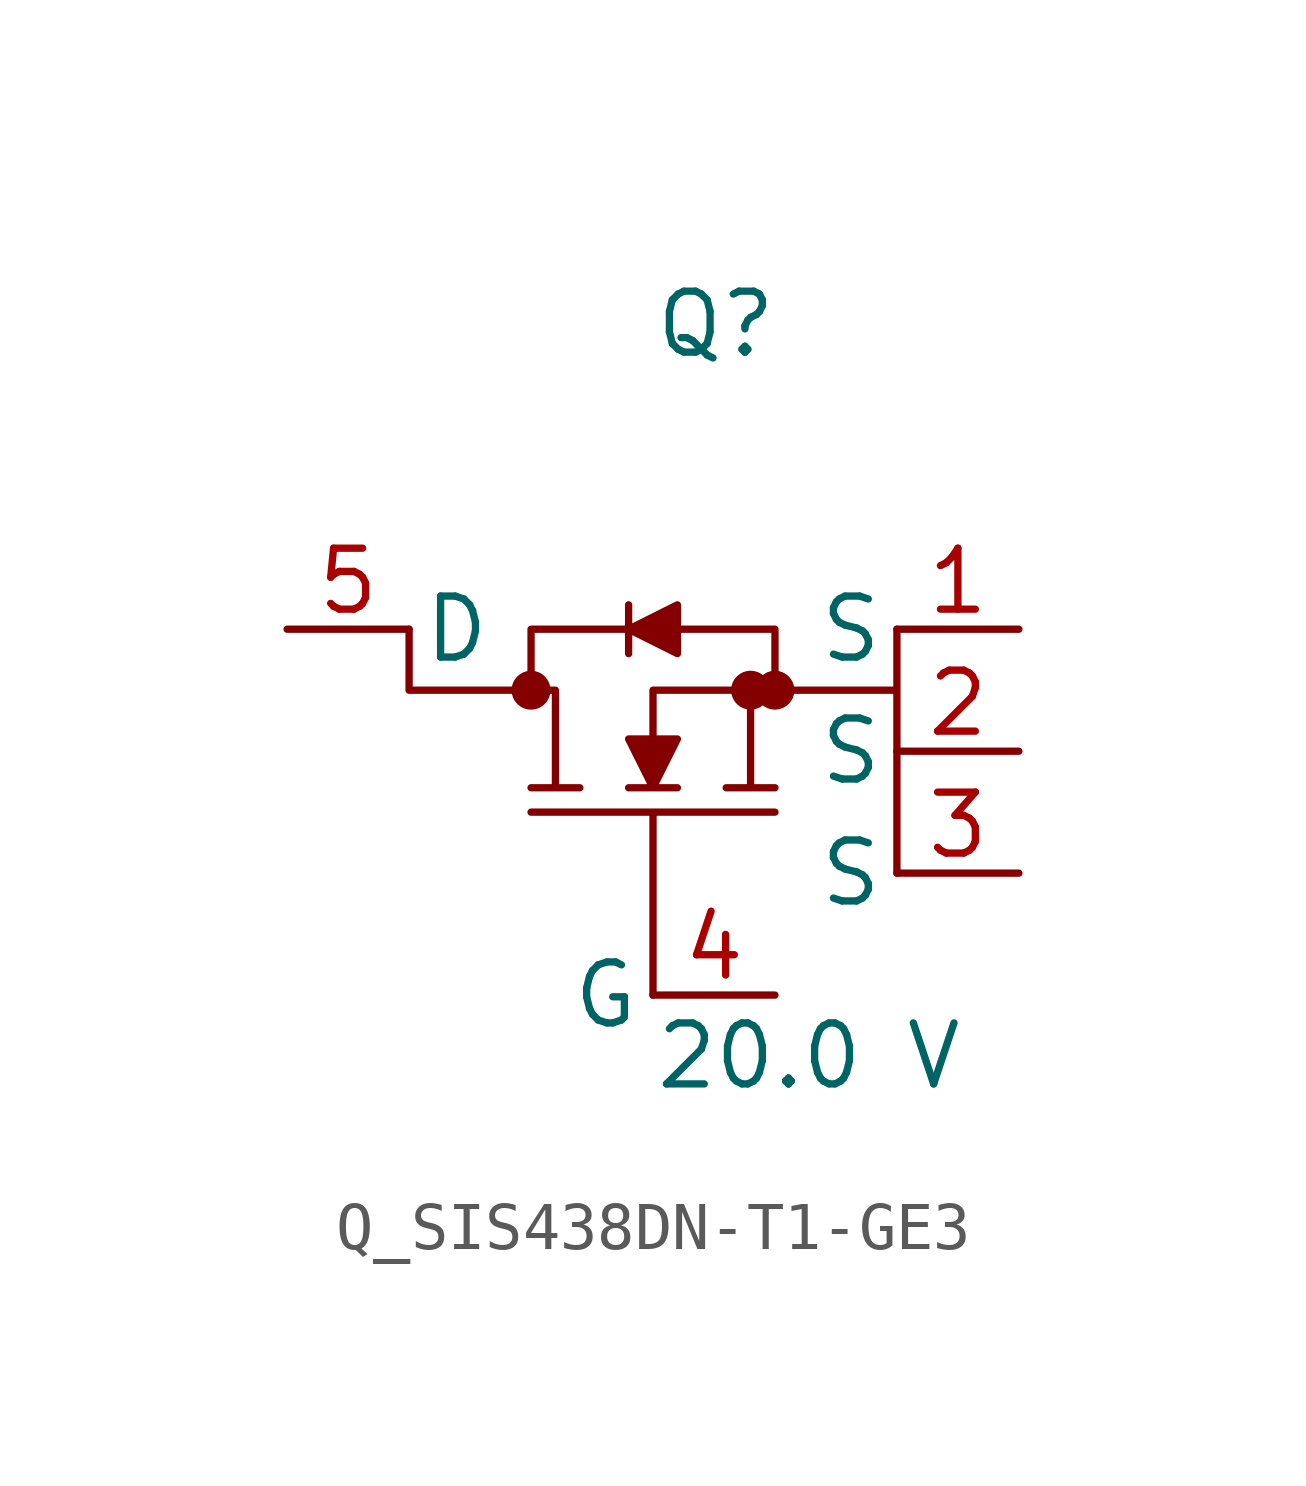
<source format=kicad_sym>
(kicad_symbol_lib
  (version 20231120)
  (generator kicad_symbol_editor)
  (generator_version 8.0)
  (symbol "Q_SIS438DN-T1-GE3"
    (pin_names
      (offset 0.254))
    (property "Reference" "Q"
      (at 0 7.62 0)
      (effects (font (size 1.27 1.27)) (justify left)))
    (property "Value" "20.0 V"
      (at 0 -7.62 0)
      (effects (font (size 1.27 1.27)) (justify left)))
    (symbol "Q_SIS438DN-T1-GE3_1_0"
      (polyline (pts (xy 0 -6.35) (xy 0 -2.54) (xy -2.54 -2.54) (xy 2.54 -2.54) (xy 0 -2.54) (xy 0 -6.35)) (stroke (width 0) (type default)) (fill (type none)))
      (polyline (pts (xy 5.08 1.27) (xy 5.08 0.0) (xy 2.54 0.0) (xy 2.54 1.27) (xy 0.508 1.27) (xy 0.508 1.778) (xy -0.508 1.27) (xy -0.508 1.778) (xy -0.508 1.27) (xy -2.54 1.27) (xy -2.54 0.0) (xy -5.08 0.0) (xy -5.08 1.27) (xy -5.08 0.0) (xy -2.032 0.0) (xy -2.032 -2.032) (xy -2.54 -2.032) (xy -1.524 -2.032) (xy -2.032 -2.032) (xy -2.032 0.0) (xy -2.54 0.0) (xy -2.54 1.27) (xy -0.508 1.27) (xy -0.508 0.762) (xy -0.508 1.27) (xy 0.508 0.762) (xy 0.508 1.27) (xy 2.54 1.27) (xy 2.54 0.0) (xy 0 0.0) (xy 0 -1.016) (xy -0.508 -1.016) (xy 0 -2.032) (xy -0.508 -2.032) (xy 0.508 -2.032) (xy 0 -2.032) (xy 0.508 -1.016) (xy 0 -1.016) (xy 0 0.0) (xy 2.032 0.0) (xy 2.032 -2.032) (xy 1.524 -2.032) (xy 2.54 -2.032) (xy 2.032 -2.032) (xy 2.032 0.0) (xy 5.08 0.0) (xy 5.08 -3.81)) (stroke (width 0) (type default)) (fill (type outline)))
      (circle (center -2.54 0.0) (radius 0.025) (stroke (width 0.381) (type default)) (fill (type none)))
      (circle (center 2.032 0.0) (radius 0.025) (stroke (width 0.381) (type default)) (fill (type none)))
      (circle (center 2.54 0.0) (radius 0.025) (stroke (width 0.381) (type default)) (fill (type none)))
      (pin passive line (at -7.62 1.27 0) (length 2.54) (name "D" (effects (font (size 1.27 1.27)))) (number "5" (effects (font (size 1.27 1.27)))))
      (pin passive line (at 7.62 1.27 180) (length 2.54) (name "S" (effects (font (size 1.27 1.27)))) (number "1" (effects (font (size 1.27 1.27)))))
      (pin passive line (at 7.62 -1.27 180) (length 2.54) (name "S" (effects (font (size 1.27 1.27)))) (number "2" (effects (font (size 1.27 1.27)))))
      (pin passive line (at 7.62 -3.81 180) (length 2.54) (name "S" (effects (font (size 1.27 1.27)))) (number "3" (effects (font (size 1.27 1.27)))))
      (pin passive line (at 2.54 -6.35 180) (length 2.54) (name "G" (effects (font (size 1.27 1.27)))) (number "4" (effects (font (size 1.27 1.27))))))))
</source>
